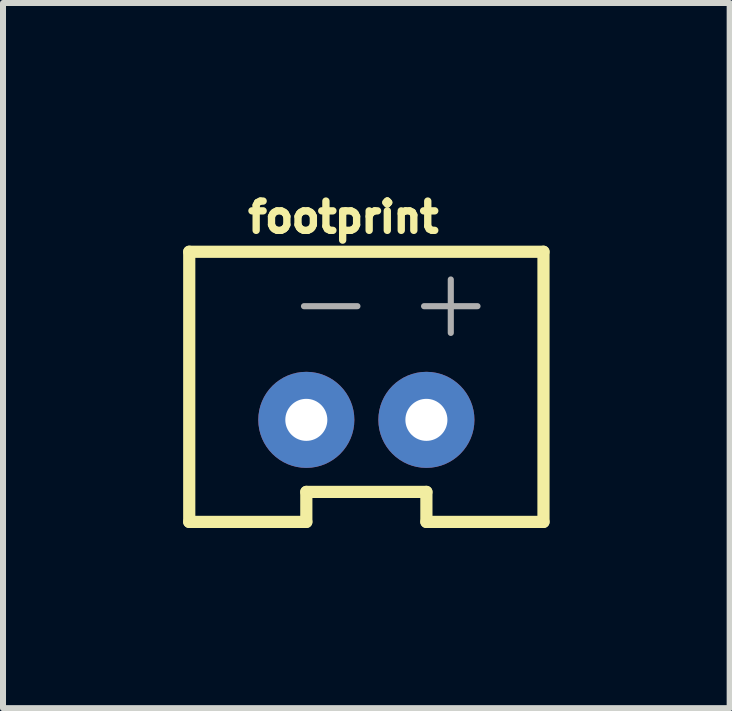
<source format=kicad_pcb>
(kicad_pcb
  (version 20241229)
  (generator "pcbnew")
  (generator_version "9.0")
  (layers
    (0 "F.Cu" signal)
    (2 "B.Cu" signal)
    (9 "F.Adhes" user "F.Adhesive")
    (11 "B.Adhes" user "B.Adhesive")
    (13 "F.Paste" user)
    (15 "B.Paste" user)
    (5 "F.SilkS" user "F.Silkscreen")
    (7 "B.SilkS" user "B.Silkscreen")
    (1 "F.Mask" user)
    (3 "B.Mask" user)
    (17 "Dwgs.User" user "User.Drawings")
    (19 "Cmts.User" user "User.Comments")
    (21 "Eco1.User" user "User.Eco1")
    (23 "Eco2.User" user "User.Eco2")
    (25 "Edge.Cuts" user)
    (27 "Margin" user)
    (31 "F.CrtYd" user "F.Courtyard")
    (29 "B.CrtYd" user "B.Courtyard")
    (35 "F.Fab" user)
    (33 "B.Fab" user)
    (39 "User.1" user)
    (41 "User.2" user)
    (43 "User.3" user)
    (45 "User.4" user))
  (footprint "footprint"
    (layer "F.Cu")
    (at 3.052 3.393)
    (property "Reference" "footprint" (at -2.032 -2.54 0) (layer "F.SilkS") (effects (font (size 0.488 0.488) (thickness 0.122)) (justify left bottom)))
    (fp_line (start -2.95 -2.25) (end 2.95 -2.25) (stroke (width 0.203) (type solid)) (layer "F.SilkS"))
    (fp_line (start -2.95 2.25) (end -2.95 -2.25) (stroke (width 0.203) (type solid)) (layer "F.SilkS"))
    (fp_line (start -1 1.75) (end -1 2.25) (stroke (width 0.203) (type solid)) (layer "F.SilkS"))
    (fp_line (start -1 1.75) (end 1 1.75) (stroke (width 0.203) (type solid)) (layer "F.SilkS"))
    (fp_line (start -1 2.25) (end -2.95 2.25) (stroke (width 0.203) (type solid)) (layer "F.SilkS"))
    (fp_line (start 1 1.75) (end 1 2.25) (stroke (width 0.203) (type solid)) (layer "F.SilkS"))
    (fp_line (start 2.95 -2.25) (end 2.95 2.25) (stroke (width 0.203) (type solid)) (layer "F.SilkS"))
    (fp_line (start 2.95 2.25) (end 1 2.25) (stroke (width 0.203) (type solid)) (layer "F.SilkS"))
    (fp_text user "-" (at -1.384 -0.75 0) (layer "F.Fab") (effects (font (size 1.168 1.168) (thickness 0.102)) (justify left bottom)))
    (fp_text user "+" (at 0.616 -0.75 0) (layer "F.Fab") (effects (font (size 1.168 1.168) (thickness 0.102)) (justify left bottom)))
    (pad "1" thru_hole circle (at -1 0.55) (size 1.6 1.6) (drill 0.7) (layers "*.Cu" "*.Mask"))
    (pad "2" thru_hole circle (at 1 0.55) (size 1.6 1.6) (drill 0.7) (layers "*.Cu" "*.Mask")))
  (gr_rect
    (start -3 -3)
    (end 9.103 8.745)
    (stroke (width 0.1) (type default))
    (fill no)
    (layer "Edge.Cuts")))
</source>
